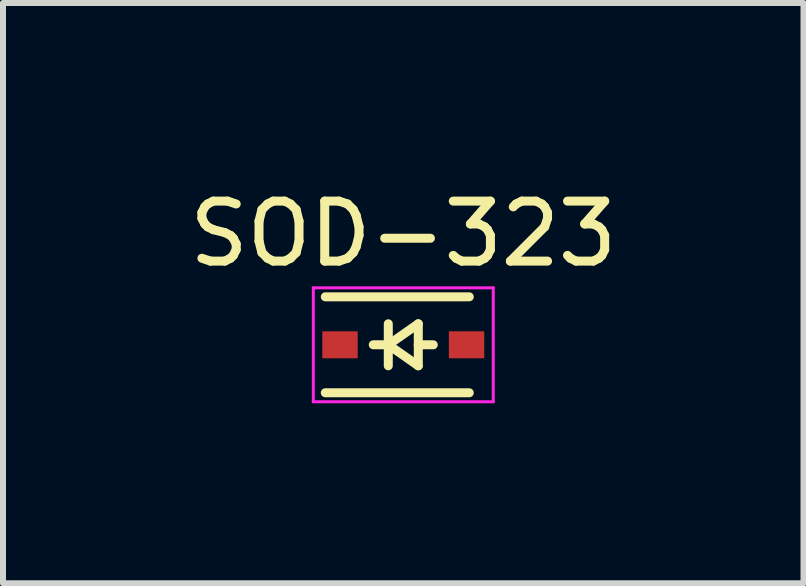
<source format=kicad_pcb>
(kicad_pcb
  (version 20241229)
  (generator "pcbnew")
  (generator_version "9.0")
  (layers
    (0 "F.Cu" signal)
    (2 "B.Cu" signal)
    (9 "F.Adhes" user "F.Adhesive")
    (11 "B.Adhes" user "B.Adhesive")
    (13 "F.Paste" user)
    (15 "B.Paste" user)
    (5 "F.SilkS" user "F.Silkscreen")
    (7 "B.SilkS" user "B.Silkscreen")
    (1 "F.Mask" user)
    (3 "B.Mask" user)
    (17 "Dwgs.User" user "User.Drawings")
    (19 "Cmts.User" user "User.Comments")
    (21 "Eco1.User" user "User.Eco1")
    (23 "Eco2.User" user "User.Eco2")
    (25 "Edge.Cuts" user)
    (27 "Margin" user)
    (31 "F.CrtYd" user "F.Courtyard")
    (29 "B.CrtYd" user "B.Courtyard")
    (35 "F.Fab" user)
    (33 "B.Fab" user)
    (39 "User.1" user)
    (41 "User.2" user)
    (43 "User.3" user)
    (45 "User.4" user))
  (footprint "SOD-323"
    (layer "F.Cu")
    (at 3.673 2.698)
    (property "Reference" "SOD-323" (at 0 -1.85 0) (layer "F.SilkS") (effects (font (size 1 1) (thickness 0.15))))
    (attr smd)
    (fp_line (start -1.3 -0.8) (end 1.1 -0.8) (stroke (width 0.15) (type solid)) (layer "F.SilkS"))
    (fp_line (start -1.3 0.8) (end 1.1 0.8) (stroke (width 0.15) (type solid)) (layer "F.SilkS"))
    (fp_line (start -0.25 -0.35) (end -0.25 0.35) (stroke (width 0.15) (type solid)) (layer "F.SilkS"))
    (fp_line (start -0.25 0) (end -0.5 0) (stroke (width 0.15) (type solid)) (layer "F.SilkS"))
    (fp_line (start -0.25 0) (end 0.25 -0.35) (stroke (width 0.15) (type solid)) (layer "F.SilkS"))
    (fp_line (start 0.25 -0.35) (end 0.25 0.35) (stroke (width 0.15) (type solid)) (layer "F.SilkS"))
    (fp_line (start 0.25 0) (end 0.5 0) (stroke (width 0.15) (type solid)) (layer "F.SilkS"))
    (fp_line (start 0.25 0.35) (end -0.25 0) (stroke (width 0.15) (type solid)) (layer "F.SilkS"))
    (fp_line (start -1.5 -0.95) (end -1.5 0.95) (stroke (width 0.05) (type solid)) (layer "F.CrtYd"))
    (fp_line (start -1.5 -0.95) (end 1.5 -0.95) (stroke (width 0.05) (type solid)) (layer "F.CrtYd"))
    (fp_line (start -1.5 0.95) (end 1.5 0.95) (stroke (width 0.05) (type solid)) (layer "F.CrtYd"))
    (fp_line (start 1.5 -0.95) (end 1.5 0.95) (stroke (width 0.05) (type solid)) (layer "F.CrtYd"))
    (pad "1" smd rect (at -1.055 0) (size 0.59 0.45) (layers "F.Cu" "F.Mask" "F.Paste"))
    (pad "2" smd rect (at 1.055 0) (size 0.59 0.45) (layers "F.Cu" "F.Mask" "F.Paste")))
  (gr_rect
    (start -3 -3)
    (end 10.345 6.673)
    (stroke (width 0.1) (type default))
    (fill no)
    (layer "Edge.Cuts")))
</source>
